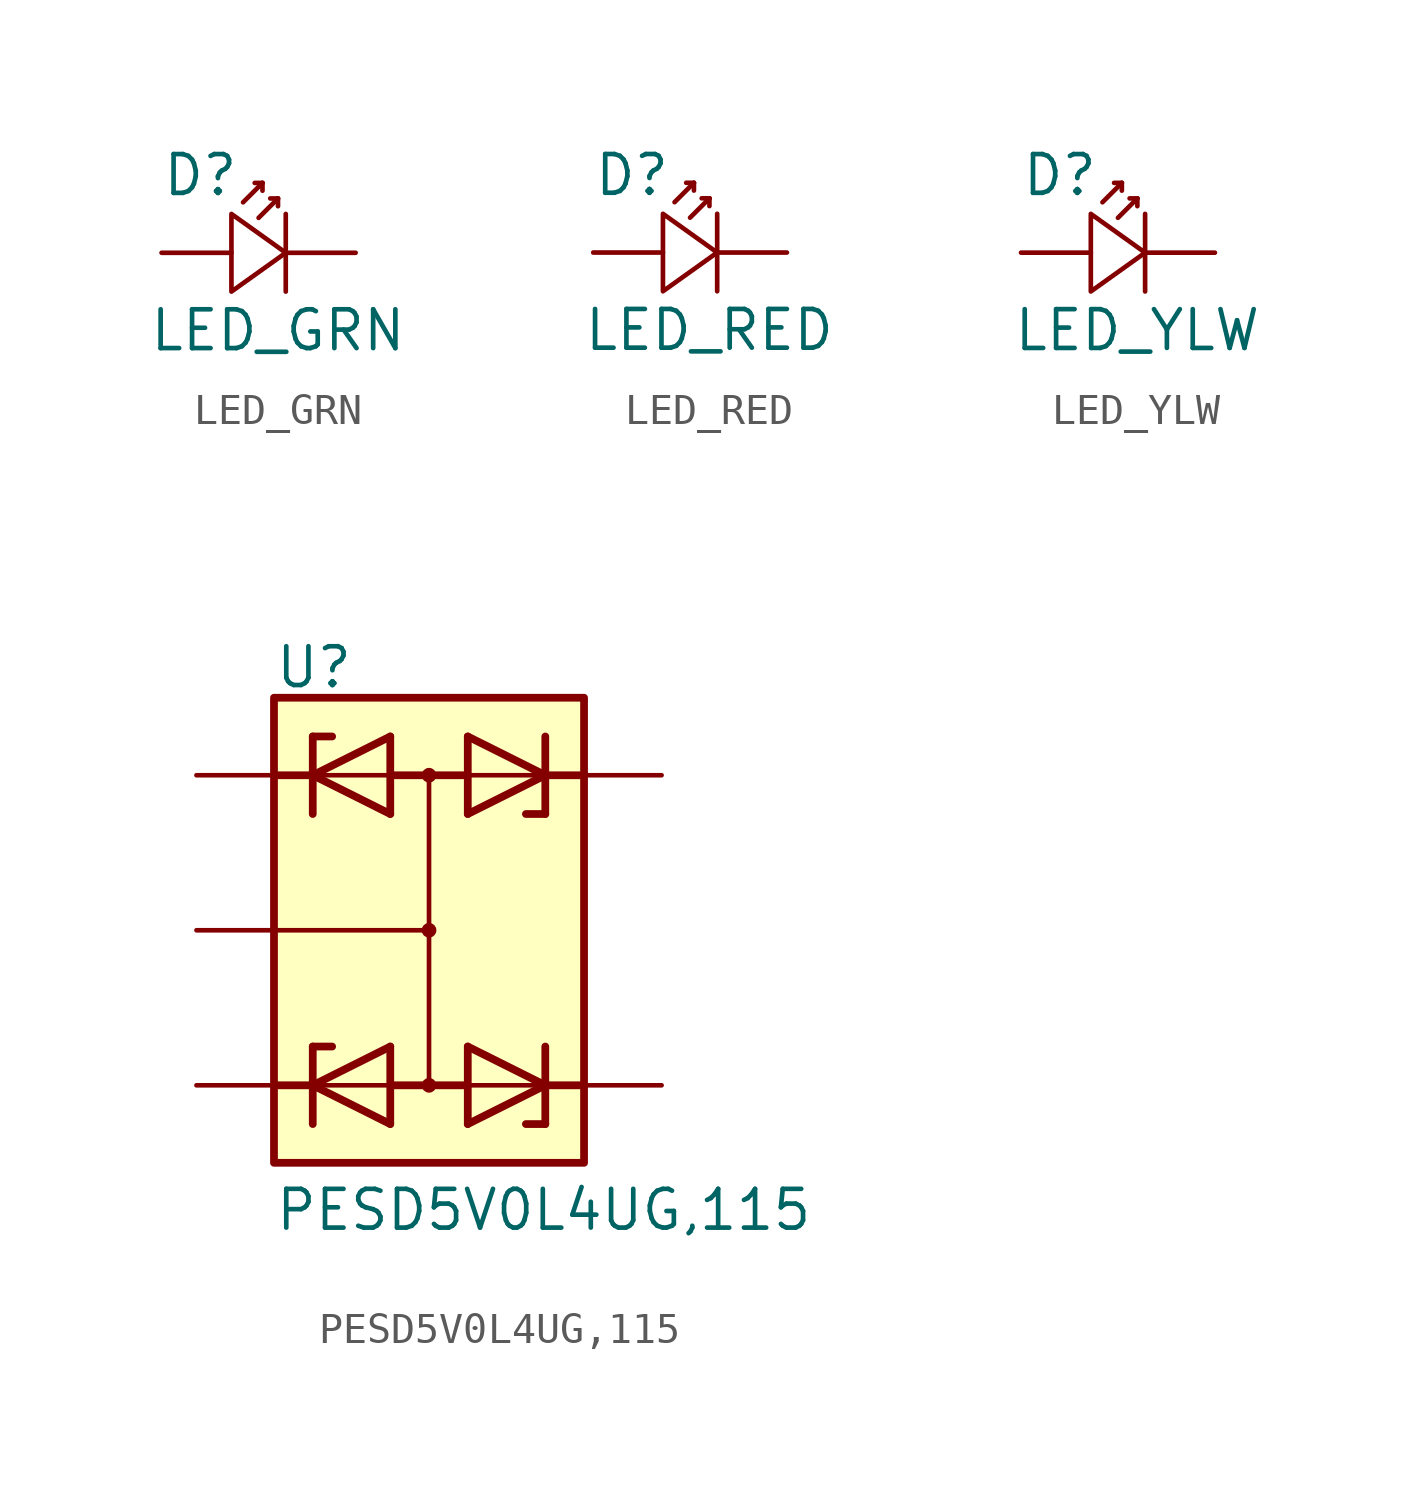
<source format=kicad_sym>
(kicad_symbol_lib
  (version 20211014)
  (generator kicad_symbol_editor)
  (symbol "LED_GRN"
    (pin_numbers hide)
    (pin_names
      (offset 1.016) hide)
    (property "Reference" "D"
      (at -2.54 2.54 0)
      (effects (font (size 1.27 1.27))))
    (property "Value" "LED_GRN"
      (at 0 -2.54 0)
      (effects (font (size 1.27 1.27))))
    (symbol "LED_GRN_0_1"
      (polyline (pts (xy -1.143 1.651) (xy -0.508 2.286)) (stroke (width 0) (type default) (color 0 0 0 0)) (fill (type none)))
      (polyline (pts (xy -0.635 1.143) (xy 0 1.778)) (stroke (width 0) (type default) (color 0 0 0 0)) (fill (type none)))
      (polyline (pts (xy -0.508 2.286) (xy -0.762 2.286)) (stroke (width 0) (type default) (color 0 0 0 0)) (fill (type none)))
      (polyline (pts (xy -0.508 2.286) (xy -0.508 2.032)) (stroke (width 0) (type default) (color 0 0 0 0)) (fill (type none)))
      (polyline (pts (xy 0 1.778) (xy -0.254 1.778)) (stroke (width 0) (type default) (color 0 0 0 0)) (fill (type none)))
      (polyline (pts (xy 0 1.778) (xy 0 1.524)) (stroke (width 0) (type default) (color 0 0 0 0)) (fill (type none)))
      (polyline (pts (xy 0.254 1.27) (xy 0.254 -1.27)) (stroke (width 0) (type default) (color 0 0 0 0)) (fill (type none)))
      (polyline (pts (xy -1.524 1.27) (xy -1.524 -1.27) (xy 0.254 0) (xy -1.524 1.27)) (stroke (width 0) (type default) (color 0 0 0 0)) (fill (type none))))
    (symbol "LED_GRN_1_1"
      (pin passive line (at -3.81 0 0) (length 2.286) (name "A" (effects (font (size 1.27 1.27)))) (number "1" (effects (font (size 1.27 1.27)))))
      (pin passive line (at 2.54 0 180) (length 2.286) (name "K" (effects (font (size 1.27 1.27)))) (number "2" (effects (font (size 1.27 1.27)))))))
  (symbol "LED_RED"
    (pin_numbers hide)
    (pin_names
      (offset 1.016) hide)
    (property "Reference" "D"
      (at -2.54 2.54 0)
      (effects (font (size 1.27 1.27))))
    (property "Value" "LED_RED"
      (at 0 -2.54 0)
      (effects (font (size 1.27 1.27))))
    (symbol "LED_RED_0_1"
      (polyline (pts (xy -1.143 1.651) (xy -0.508 2.286)) (stroke (width 0) (type default) (color 0 0 0 0)) (fill (type none)))
      (polyline (pts (xy -0.635 1.143) (xy 0 1.778)) (stroke (width 0) (type default) (color 0 0 0 0)) (fill (type none)))
      (polyline (pts (xy -0.508 2.286) (xy -0.762 2.286)) (stroke (width 0) (type default) (color 0 0 0 0)) (fill (type none)))
      (polyline (pts (xy -0.508 2.286) (xy -0.508 2.032)) (stroke (width 0) (type default) (color 0 0 0 0)) (fill (type none)))
      (polyline (pts (xy 0 1.778) (xy -0.254 1.778)) (stroke (width 0) (type default) (color 0 0 0 0)) (fill (type none)))
      (polyline (pts (xy 0 1.778) (xy 0 1.524)) (stroke (width 0) (type default) (color 0 0 0 0)) (fill (type none)))
      (polyline (pts (xy 0.254 1.27) (xy 0.254 -1.27)) (stroke (width 0) (type default) (color 0 0 0 0)) (fill (type none)))
      (polyline (pts (xy -1.524 1.27) (xy -1.524 -1.27) (xy 0.254 0) (xy -1.524 1.27)) (stroke (width 0) (type default) (color 0 0 0 0)) (fill (type none))))
    (symbol "LED_RED_1_1"
      (pin passive line (at -3.81 0 0) (length 2.286) (name "A" (effects (font (size 1.27 1.27)))) (number "1" (effects (font (size 1.27 1.27)))))
      (pin passive line (at 2.54 0 180) (length 2.286) (name "K" (effects (font (size 1.27 1.27)))) (number "2" (effects (font (size 1.27 1.27)))))))
  (symbol "LED_YLW"
    (pin_numbers hide)
    (pin_names
      (offset 1.016) hide)
    (property "Reference" "D"
      (at -2.54 2.54 0)
      (effects (font (size 1.27 1.27))))
    (property "Value" "LED_YLW"
      (at 0 -2.54 0)
      (effects (font (size 1.27 1.27))))
    (symbol "LED_YLW_0_1"
      (polyline (pts (xy -1.143 1.651) (xy -0.508 2.286)) (stroke (width 0) (type default) (color 0 0 0 0)) (fill (type none)))
      (polyline (pts (xy -0.635 1.143) (xy 0 1.778)) (stroke (width 0) (type default) (color 0 0 0 0)) (fill (type none)))
      (polyline (pts (xy -0.508 2.286) (xy -0.762 2.286)) (stroke (width 0) (type default) (color 0 0 0 0)) (fill (type none)))
      (polyline (pts (xy -0.508 2.286) (xy -0.508 2.032)) (stroke (width 0) (type default) (color 0 0 0 0)) (fill (type none)))
      (polyline (pts (xy 0 1.778) (xy -0.254 1.778)) (stroke (width 0) (type default) (color 0 0 0 0)) (fill (type none)))
      (polyline (pts (xy 0 1.778) (xy 0 1.524)) (stroke (width 0) (type default) (color 0 0 0 0)) (fill (type none)))
      (polyline (pts (xy 0.254 1.27) (xy 0.254 -1.27)) (stroke (width 0) (type default) (color 0 0 0 0)) (fill (type none)))
      (polyline (pts (xy -1.524 1.27) (xy -1.524 -1.27) (xy 0.254 0) (xy -1.524 1.27)) (stroke (width 0) (type default) (color 0 0 0 0)) (fill (type none))))
    (symbol "LED_YLW_1_1"
      (pin passive line (at -3.81 0 0) (length 2.286) (name "A" (effects (font (size 1.27 1.27)))) (number "1" (effects (font (size 1.27 1.27)))))
      (pin passive line (at 2.54 0 180) (length 2.286) (name "K" (effects (font (size 1.27 1.27)))) (number "2" (effects (font (size 1.27 1.27)))))))
  (symbol "PESD5V0L4UG,115"
    (pin_numbers hide)
    (pin_names
      (offset 1.016) hide)
    (property "Reference" "U"
      (at -5.08 7.874 0)
      (effects (font (size 1.27 1.27)) (justify left bottom)))
    (property "Value" "PESD5V0L4UG,115"
      (at -5.08 -9.906 0)
      (effects (font (size 1.27 1.27)) (justify left bottom)))
    (symbol "PESD5V0L4UG,115_0_0"
      (rectangle (start -5.08 -7.62) (end 5.08 7.62) (stroke (width 0.254) (type default) (color 0 0 0 0)) (fill (type background)))
      (circle (center 0 -5.08) (radius 0.127) (stroke (width 0.229) (type default) (color 0 0 0 0)) (fill (type none)))
      (polyline (pts (xy -5.08 -5.08) (xy -3.81 -5.08)) (stroke (width 0.254) (type default) (color 0 0 0 0)) (fill (type none)))
      (polyline (pts (xy -5.08 0) (xy 0 0)) (stroke (width 0.152) (type default) (color 0 0 0 0)) (fill (type none)))
      (polyline (pts (xy -5.08 5.08) (xy -3.81 5.08)) (stroke (width 0.254) (type default) (color 0 0 0 0)) (fill (type none)))
      (polyline (pts (xy -3.81 -6.35) (xy -3.81 -5.08)) (stroke (width 0.254) (type default) (color 0 0 0 0)) (fill (type none)))
      (polyline (pts (xy -3.81 -5.08) (xy -3.81 -3.81)) (stroke (width 0.254) (type default) (color 0 0 0 0)) (fill (type none)))
      (polyline (pts (xy -3.81 -5.08) (xy -1.27 -6.35)) (stroke (width 0.254) (type default) (color 0 0 0 0)) (fill (type none)))
      (polyline (pts (xy -3.81 -3.81) (xy -3.175 -3.81)) (stroke (width 0.254) (type default) (color 0 0 0 0)) (fill (type none)))
      (polyline (pts (xy -3.81 3.81) (xy -3.81 5.08)) (stroke (width 0.254) (type default) (color 0 0 0 0)) (fill (type none)))
      (polyline (pts (xy -3.81 5.08) (xy -3.81 6.35)) (stroke (width 0.254) (type default) (color 0 0 0 0)) (fill (type none)))
      (polyline (pts (xy -3.81 5.08) (xy -1.27 3.81)) (stroke (width 0.254) (type default) (color 0 0 0 0)) (fill (type none)))
      (polyline (pts (xy -3.81 6.35) (xy -3.175 6.35)) (stroke (width 0.254) (type default) (color 0 0 0 0)) (fill (type none)))
      (polyline (pts (xy -1.27 -6.35) (xy -1.27 -5.08)) (stroke (width 0.254) (type default) (color 0 0 0 0)) (fill (type none)))
      (polyline (pts (xy -1.27 -5.08) (xy -3.81 -5.08)) (stroke (width 0.152) (type default) (color 0 0 0 0)) (fill (type none)))
      (polyline (pts (xy -1.27 -5.08) (xy -1.27 -3.81)) (stroke (width 0.254) (type default) (color 0 0 0 0)) (fill (type none)))
      (polyline (pts (xy -1.27 -3.81) (xy -3.81 -5.08)) (stroke (width 0.254) (type default) (color 0 0 0 0)) (fill (type none)))
      (polyline (pts (xy -1.27 3.81) (xy -1.27 5.08)) (stroke (width 0.254) (type default) (color 0 0 0 0)) (fill (type none)))
      (polyline (pts (xy -1.27 5.08) (xy -3.81 5.08)) (stroke (width 0.152) (type default) (color 0 0 0 0)) (fill (type none)))
      (polyline (pts (xy -1.27 5.08) (xy -1.27 6.35)) (stroke (width 0.254) (type default) (color 0 0 0 0)) (fill (type none)))
      (polyline (pts (xy -1.27 6.35) (xy -3.81 5.08)) (stroke (width 0.254) (type default) (color 0 0 0 0)) (fill (type none)))
      (polyline (pts (xy 0 -5.08) (xy -1.27 -5.08)) (stroke (width 0.254) (type default) (color 0 0 0 0)) (fill (type none)))
      (polyline (pts (xy 0 -5.08) (xy 1.27 -5.08)) (stroke (width 0.254) (type default) (color 0 0 0 0)) (fill (type none)))
      (polyline (pts (xy 0 0) (xy 0 -5.08)) (stroke (width 0.152) (type default) (color 0 0 0 0)) (fill (type none)))
      (polyline (pts (xy 0 5.08) (xy -1.27 5.08)) (stroke (width 0.254) (type default) (color 0 0 0 0)) (fill (type none)))
      (polyline (pts (xy 0 5.08) (xy 0 0)) (stroke (width 0.152) (type default) (color 0 0 0 0)) (fill (type none)))
      (polyline (pts (xy 0 5.08) (xy 1.27 5.08)) (stroke (width 0.254) (type default) (color 0 0 0 0)) (fill (type none)))
      (polyline (pts (xy 1.27 -6.35) (xy 3.81 -5.08)) (stroke (width 0.254) (type default) (color 0 0 0 0)) (fill (type none)))
      (polyline (pts (xy 1.27 -5.08) (xy 1.27 -6.35)) (stroke (width 0.254) (type default) (color 0 0 0 0)) (fill (type none)))
      (polyline (pts (xy 1.27 -5.08) (xy 3.81 -5.08)) (stroke (width 0.152) (type default) (color 0 0 0 0)) (fill (type none)))
      (polyline (pts (xy 1.27 -3.81) (xy 1.27 -5.08)) (stroke (width 0.254) (type default) (color 0 0 0 0)) (fill (type none)))
      (polyline (pts (xy 1.27 3.81) (xy 3.81 5.08)) (stroke (width 0.254) (type default) (color 0 0 0 0)) (fill (type none)))
      (polyline (pts (xy 1.27 5.08) (xy 1.27 3.81)) (stroke (width 0.254) (type default) (color 0 0 0 0)) (fill (type none)))
      (polyline (pts (xy 1.27 5.08) (xy 3.556 5.08)) (stroke (width 0.152) (type default) (color 0 0 0 0)) (fill (type none)))
      (polyline (pts (xy 1.27 6.35) (xy 1.27 5.08)) (stroke (width 0.254) (type default) (color 0 0 0 0)) (fill (type none)))
      (polyline (pts (xy 3.81 -6.35) (xy 3.175 -6.35)) (stroke (width 0.254) (type default) (color 0 0 0 0)) (fill (type none)))
      (polyline (pts (xy 3.81 -5.08) (xy 1.27 -3.81)) (stroke (width 0.254) (type default) (color 0 0 0 0)) (fill (type none)))
      (polyline (pts (xy 3.81 -5.08) (xy 3.81 -6.35)) (stroke (width 0.254) (type default) (color 0 0 0 0)) (fill (type none)))
      (polyline (pts (xy 3.81 -3.81) (xy 3.81 -5.08)) (stroke (width 0.254) (type default) (color 0 0 0 0)) (fill (type none)))
      (polyline (pts (xy 3.81 3.81) (xy 3.175 3.81)) (stroke (width 0.254) (type default) (color 0 0 0 0)) (fill (type none)))
      (polyline (pts (xy 3.81 5.08) (xy 1.27 6.35)) (stroke (width 0.254) (type default) (color 0 0 0 0)) (fill (type none)))
      (polyline (pts (xy 3.81 5.08) (xy 3.81 3.81)) (stroke (width 0.254) (type default) (color 0 0 0 0)) (fill (type none)))
      (polyline (pts (xy 3.81 6.35) (xy 3.81 5.08)) (stroke (width 0.254) (type default) (color 0 0 0 0)) (fill (type none)))
      (polyline (pts (xy 5.08 -5.08) (xy 3.81 -5.08)) (stroke (width 0.254) (type default) (color 0 0 0 0)) (fill (type none)))
      (polyline (pts (xy 5.08 5.08) (xy 3.81 5.08)) (stroke (width 0.254) (type default) (color 0 0 0 0)) (fill (type none)))
      (circle (center 0 0) (radius 0.127) (stroke (width 0.229) (type default) (color 0 0 0 0)) (fill (type none)))
      (circle (center 0 5.08) (radius 0.127) (stroke (width 0.229) (type default) (color 0 0 0 0)) (fill (type none)))
      (pin passive line (at -7.62 5.08 0) (length 2.54) (name "~" (effects (font (size 1.016 1.016)))) (number "1" (effects (font (size 1.016 1.016)))))
      (pin passive line (at -7.62 0 0) (length 2.54) (name "~" (effects (font (size 1.016 1.016)))) (number "2" (effects (font (size 1.016 1.016)))))
      (pin passive line (at -7.62 -5.08 0) (length 2.54) (name "~" (effects (font (size 1.016 1.016)))) (number "3" (effects (font (size 1.016 1.016)))))
      (pin passive line (at 7.62 -5.08 180) (length 2.54) (name "~" (effects (font (size 1.016 1.016)))) (number "4" (effects (font (size 1.016 1.016)))))
      (pin passive line (at 7.62 5.08 180) (length 2.54) (name "~" (effects (font (size 1.016 1.016)))) (number "5" (effects (font (size 1.016 1.016))))))))
</source>
